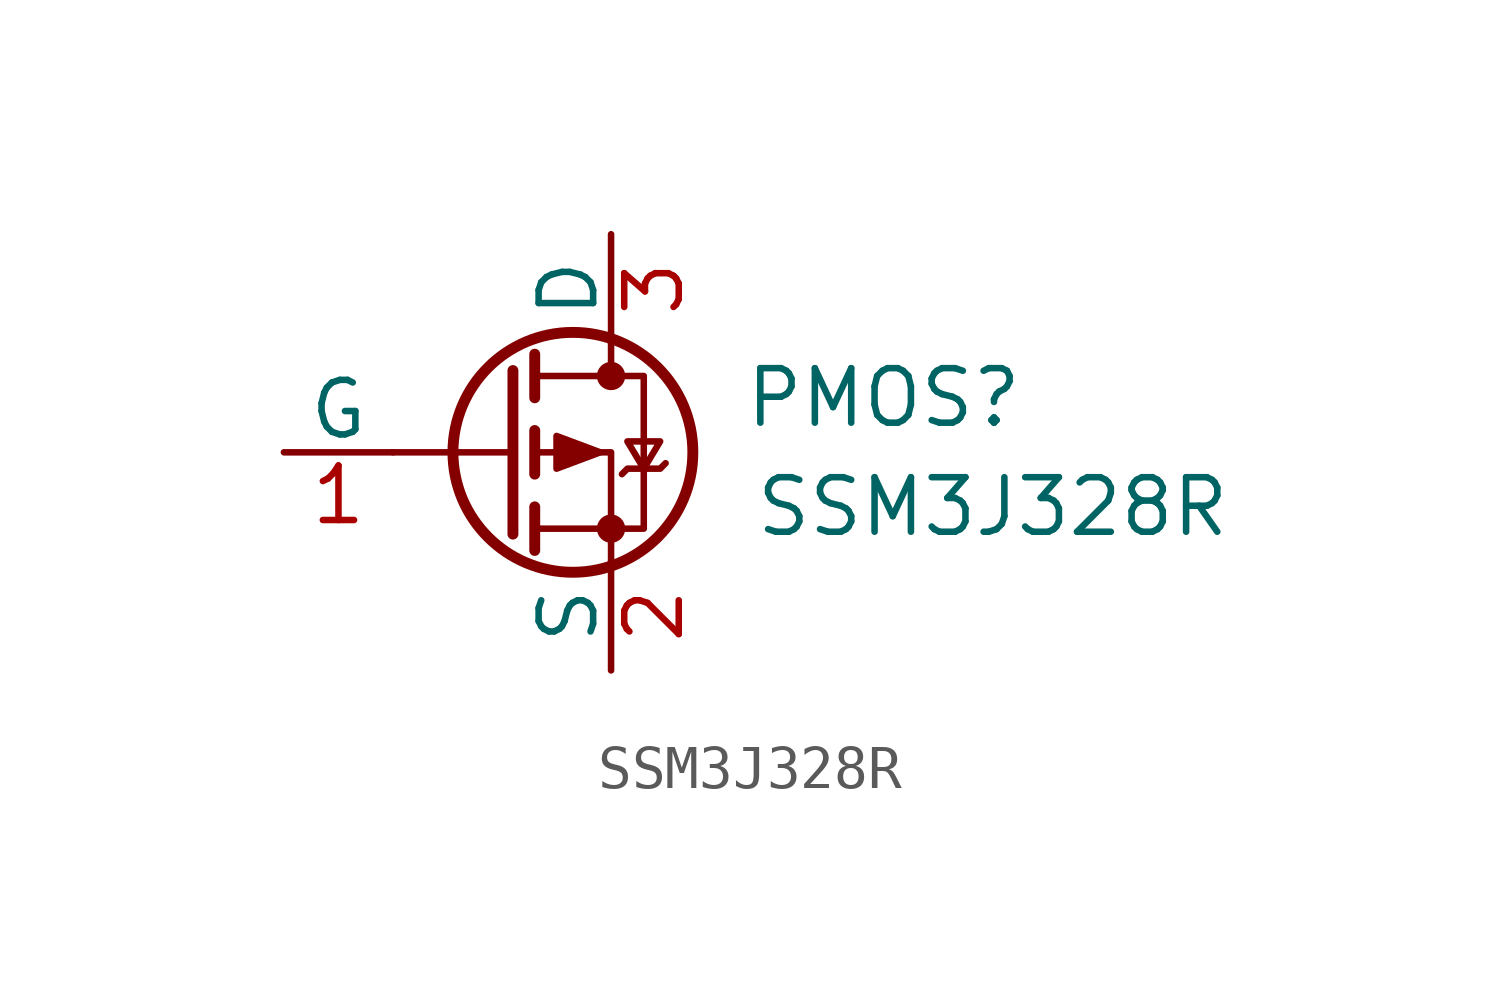
<source format=kicad_sym>
(kicad_symbol_lib
  (version 20220914)
  (generator kicad_symbol_editor)
  (symbol "SSM3J328R"
    (pin_names
      (offset 0))
    (property "Reference" "PMOS"
      (at 8.89 1.27 0)
      (effects (font (size 1.27 1.27))))
    (property "Value" "SSM3J328R"
      (at 11.43 -1.27 0)
      (effects (font (size 1.27 1.27))))
    (symbol "SSM3J328R_0_1"
      (polyline (pts (xy 0.254 0) (xy -2.54 0)) (stroke (width 0) (type default)) (fill (type none)))
      (polyline (pts (xy 0.254 1.905) (xy 0.254 -1.905)) (stroke (width 0.254) (type default)) (fill (type none)))
      (polyline (pts (xy 0.762 -1.27) (xy 0.762 -2.286)) (stroke (width 0.254) (type default)) (fill (type none)))
      (polyline (pts (xy 0.762 0.508) (xy 0.762 -0.508)) (stroke (width 0.254) (type default)) (fill (type none)))
      (polyline (pts (xy 0.762 2.286) (xy 0.762 1.27)) (stroke (width 0.254) (type default)) (fill (type none)))
      (polyline (pts (xy 2.54 2.54) (xy 2.54 1.778)) (stroke (width 0) (type default)) (fill (type none)))
      (polyline (pts (xy 2.54 -2.54) (xy 2.54 0) (xy 0.762 0)) (stroke (width 0) (type default)) (fill (type none)))
      (polyline (pts (xy 0.762 1.778) (xy 3.302 1.778) (xy 3.302 -1.778) (xy 0.762 -1.778)) (stroke (width 0) (type default)) (fill (type none)))
      (polyline (pts (xy 2.286 0) (xy 1.27 0.381) (xy 1.27 -0.381) (xy 2.286 0)) (stroke (width 0) (type default)) (fill (type outline)))
      (polyline (pts (xy 2.794 -0.508) (xy 2.921 -0.381) (xy 3.683 -0.381) (xy 3.81 -0.254)) (stroke (width 0) (type default)) (fill (type none)))
      (polyline (pts (xy 3.302 -0.381) (xy 2.921 0.254) (xy 3.683 0.254) (xy 3.302 -0.381)) (stroke (width 0) (type default)) (fill (type none)))
      (circle (center 1.651 0) (radius 2.794) (stroke (width 0.254) (type default)) (fill (type none)))
      (circle (center 2.54 -1.778) (radius 0.254) (stroke (width 0) (type default)) (fill (type outline)))
      (circle (center 2.54 1.778) (radius 0.254) (stroke (width 0) (type default)) (fill (type outline))))
    (symbol "SSM3J328R_1_1"
      (pin input line (at -5.08 0 0) (length 2.54) (name "G" (effects (font (size 1.27 1.27)))) (number "1" (effects (font (size 1.27 1.27)))))
      (pin passive line (at 2.54 -5.08 90) (length 2.54) (name "S" (effects (font (size 1.27 1.27)))) (number "2" (effects (font (size 1.27 1.27)))))
      (pin passive line (at 2.54 5.08 270) (length 2.54) (name "D" (effects (font (size 1.27 1.27)))) (number "3" (effects (font (size 1.27 1.27))))))))
</source>
